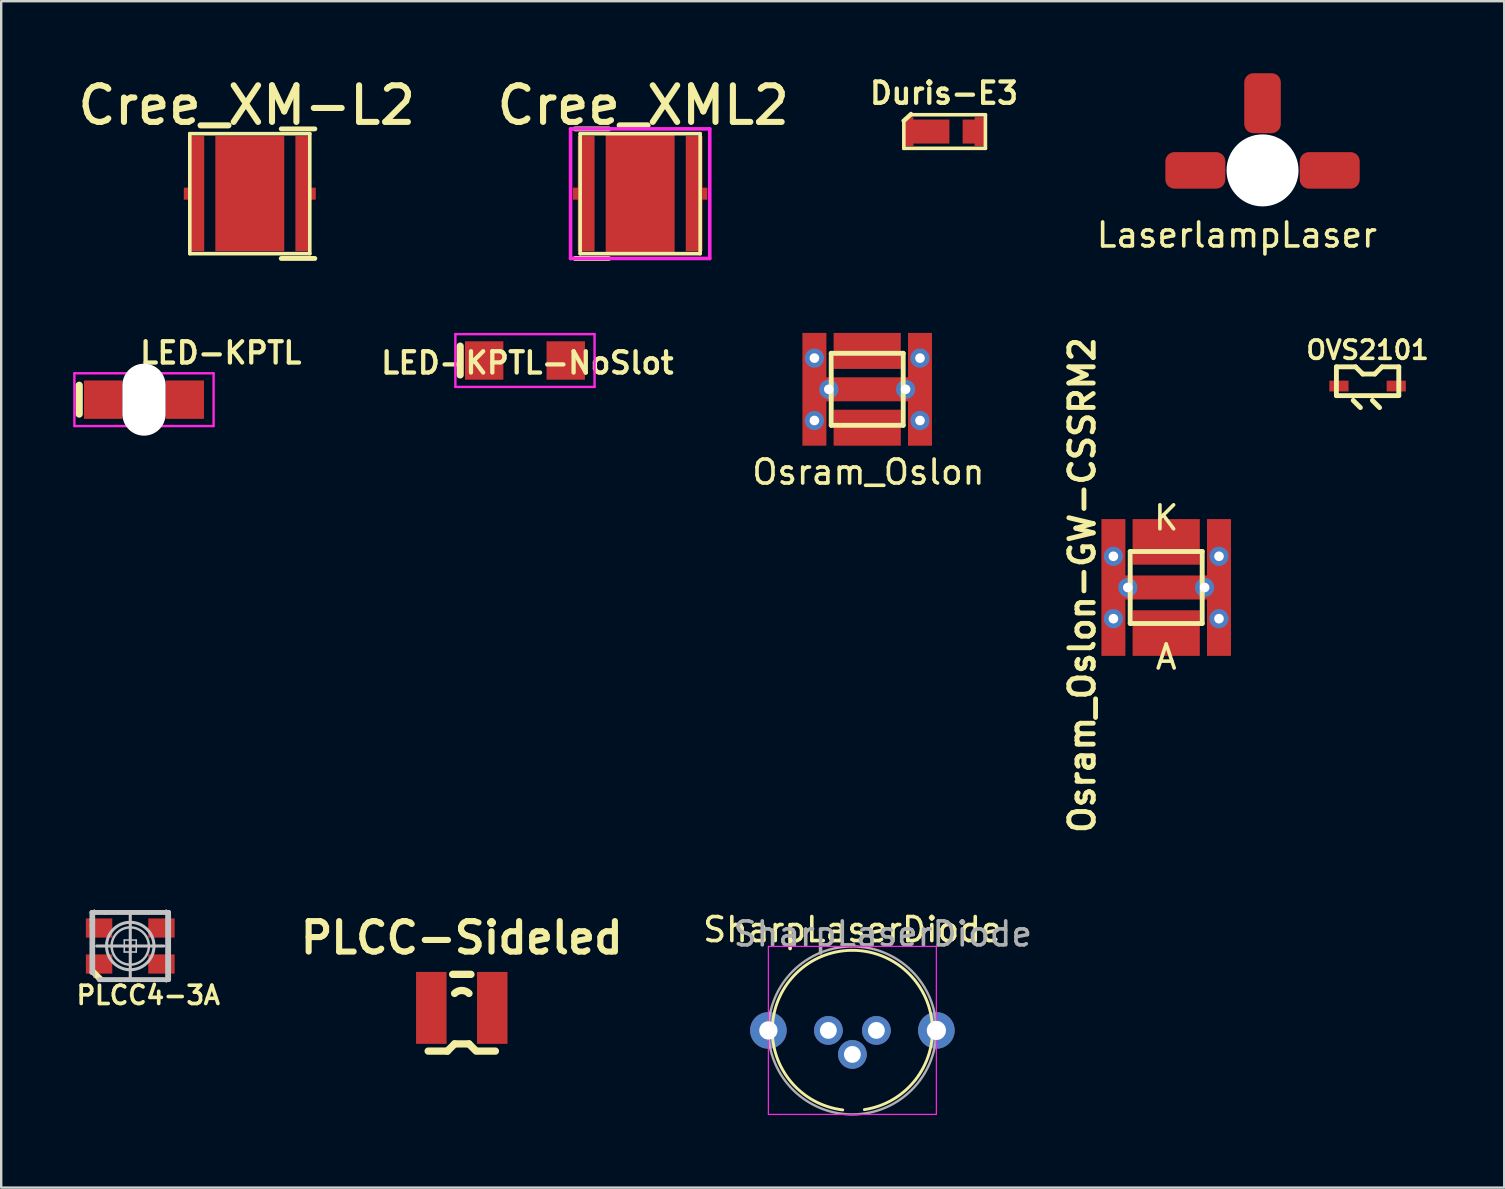
<source format=kicad_pcb>
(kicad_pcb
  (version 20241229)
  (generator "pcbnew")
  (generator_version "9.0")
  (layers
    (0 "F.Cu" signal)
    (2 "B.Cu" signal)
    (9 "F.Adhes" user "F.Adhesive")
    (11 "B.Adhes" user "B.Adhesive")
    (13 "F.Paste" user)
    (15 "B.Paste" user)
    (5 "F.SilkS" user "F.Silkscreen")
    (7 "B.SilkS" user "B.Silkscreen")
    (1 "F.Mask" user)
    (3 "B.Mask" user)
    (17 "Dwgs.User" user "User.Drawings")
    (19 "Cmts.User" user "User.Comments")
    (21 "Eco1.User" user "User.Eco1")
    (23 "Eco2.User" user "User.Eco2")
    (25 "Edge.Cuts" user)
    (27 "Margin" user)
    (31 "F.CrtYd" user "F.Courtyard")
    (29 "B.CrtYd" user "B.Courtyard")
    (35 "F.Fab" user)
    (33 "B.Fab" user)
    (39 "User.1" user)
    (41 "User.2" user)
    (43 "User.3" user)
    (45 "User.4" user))
  (footprint "LED-KPTL"
    (layer "F.Cu")
    (at 2.95 13.604)
    (property "Reference" "LED-KPTL" (at 3.2 -1.95 180) (layer "F.SilkS") (effects (font (size 0.889 0.889) (thickness 0.178))))
    (attr smd)
    (fp_line (start -2.7 -0.6) (end -2.7 0.6) (stroke (width 0.3) (type solid)) (layer "F.SilkS"))
    (fp_line (start -2.9 -1.1) (end -2.9 1.1) (stroke (width 0.1) (type solid)) (layer "F.CrtYd"))
    (fp_line (start -2.9 1.1) (end 2.9 1.1) (stroke (width 0.1) (type solid)) (layer "F.CrtYd"))
    (fp_line (start 2.9 -1.1) (end -2.9 -1.1) (stroke (width 0.1) (type solid)) (layer "F.CrtYd"))
    (fp_line (start 2.9 1.1) (end 2.9 -1.1) (stroke (width 0.1) (type solid)) (layer "F.CrtYd"))
    (pad "" np_thru_hole oval (at 0 0) (size 1.8 3) (drill oval 1.8 3) (layers "*.Cu" "*.Mask"))
    (pad "1" smd rect (at -1.7 0) (size 1.6 1.6) (layers "F.Cu" "F.Mask" "F.Paste"))
    (pad "2" smd rect (at 1.7 0) (size 1.6 1.6) (layers "F.Cu" "F.Mask" "F.Paste")))
  (footprint "LaserlampLaser"
    (layer "F.Cu")
    (at 49.559 4.05)
    (property "Reference" "LaserlampLaser" (at -1.067 2.693 0) (layer "F.SilkS") (effects (font (size 1 1) (thickness 0.15))))
    (attr through_hole)
    (pad "" np_thru_hole circle (at 0 0) (size 3 3) (drill 3) (layers "*.Cu" "*.Mask"))
    (pad "1" smd roundrect (at -2.8 0) (size 2.5 1.524) (layers "F.Cu" "F.Mask") (roundrect_rratio 0.25))
    (pad "2" smd roundrect (at 0 -2.8) (size 1.524 2.5) (layers "F.Cu" "F.Mask") (roundrect_rratio 0.25))
    (pad "3" smd roundrect (at 2.8 0) (size 2.5 1.524) (layers "F.Cu" "F.Mask") (roundrect_rratio 0.25)))
  (footprint "Duris-E3"
    (layer "F.Cu")
    (at 36.287 2.432)
    (property "Reference" "Duris-E3" (at 0 -1.6 0) (layer "F.SilkS") (effects (font (size 0.889 0.889) (thickness 0.178))))
    (attr smd)
    (fp_line (start -1.7 -0.45) (end -1.375 -0.75) (stroke (width 0.15) (type solid)) (layer "F.SilkS"))
    (fp_line (start -1.675 -0.45) (end -1.675 0.7) (stroke (width 0.15) (type solid)) (layer "F.SilkS"))
    (fp_line (start -1.675 -0.425) (end -1.375 -0.7) (stroke (width 0.15) (type solid)) (layer "F.SilkS"))
    (fp_line (start -1.675 0.7) (end 1.725 0.7) (stroke (width 0.15) (type solid)) (layer "F.SilkS"))
    (fp_line (start 1.725 -0.7) (end -1.4 -0.7) (stroke (width 0.15) (type solid)) (layer "F.SilkS"))
    (fp_line (start 1.725 0.7) (end 1.725 -0.7) (stroke (width 0.15) (type solid)) (layer "F.SilkS"))
    (pad "" smd oval (at -1.42 0) (size 0.3 0.85) (layers "F.Mask" "F.Paste"))
    (pad "" smd oval (at -0.98 0) (size 0.3 0.85) (layers "F.Mask" "F.Paste"))
    (pad "" smd oval (at -0.54 0) (size 0.3 0.85) (layers "F.Mask" "F.Paste"))
    (pad "" smd oval (at -0.1 0) (size 0.3 0.85) (layers "F.Mask" "F.Paste"))
    (pad "" smd oval (at 1.02 0) (size 0.3 0.85) (layers "F.Mask" "F.Paste"))
    (pad "" smd oval (at 1.46 0) (size 0.3 0.85) (layers "F.Mask" "F.Paste"))
    (pad "A" smd rect (at 1.225 0) (size 0.9 1) (layers "F.Cu" "F.Mask"))
    (pad "A" smd rect (at 1.475 0) (size 0.4 1.2) (layers "F.Cu" "F.Mask"))
    (pad "K" smd rect (at -1.475 0) (size 0.4 1.2) (layers "F.Cu" "F.Mask"))
    (pad "K" smd rect (at -0.725 0) (size 1.9 1) (layers "F.Cu" "F.Mask")))
  (footprint "PLCC-Sideled"
    (layer "F.Cu")
    (at 16.192 38.948)
    (property "Reference" "PLCC-Sideled" (at 0 -2.921 0) (layer "F.SilkS") (effects (font (size 1.27 1.27) (thickness 0.254))))
    (attr smd)
    (fp_line (start -0.599 1.801) (end -1.4 1.801) (stroke (width 0.305) (type solid)) (layer "F.SilkS"))
    (fp_line (start -0.381 -1.397) (end 0.381 -1.397) (stroke (width 0.305) (type solid)) (layer "F.SilkS"))
    (fp_line (start -0.3 1.501) (end -0.599 1.801) (stroke (width 0.305) (type solid)) (layer "F.SilkS"))
    (fp_line (start -0.3 1.501) (end 0.3 1.501) (stroke (width 0.305) (type solid)) (layer "F.SilkS"))
    (fp_line (start 0.3 1.501) (end 0.599 1.801) (stroke (width 0.305) (type solid)) (layer "F.SilkS"))
    (fp_line (start 0.699 1.801) (end 1.4 1.801) (stroke (width 0.305) (type solid)) (layer "F.SilkS"))
    (fp_arc (start -0.29972 -0.60198) (mid 0 -0.726128) (end 0.29972 -0.60198) (stroke (width 0.3048) (type solid)) (layer "F.SilkS"))
    (pad "A" smd rect (at 1.27 0) (size 1.27 2.997) (layers "F.Cu" "F.Mask" "F.Paste"))
    (pad "K" smd rect (at -1.27 0) (size 1.27 2.997) (layers "F.Cu" "F.Mask" "F.Paste")))
  (footprint "OVS2101"
    (layer "F.Cu")
    (at 53.937 13.036)
    (property "Reference" "OVS2101" (at 0 -1.501 0) (layer "F.SilkS") (effects (font (size 0.762 0.762) (thickness 0.152))))
    (attr through_hole)
    (fp_line (start -1.3 -0.8) (end -1.3 0.399) (stroke (width 0.203) (type solid)) (layer "F.SilkS"))
    (fp_line (start -1.3 0.399) (end 1.3 0.399) (stroke (width 0.203) (type solid)) (layer "F.SilkS"))
    (fp_line (start -0.599 0.599) (end -0.3 0.899) (stroke (width 0.203) (type solid)) (layer "F.SilkS"))
    (fp_line (start -0.5 -0.8) (end -1.3 -0.8) (stroke (width 0.203) (type solid)) (layer "F.SilkS"))
    (fp_line (start -0.201 -0.5) (end -0.5 -0.8) (stroke (width 0.203) (type solid)) (layer "F.SilkS"))
    (fp_line (start 0.201 0.599) (end 0.5 0.899) (stroke (width 0.203) (type solid)) (layer "F.SilkS"))
    (fp_line (start 0.3 -0.5) (end -0.201 -0.5) (stroke (width 0.203) (type solid)) (layer "F.SilkS"))
    (fp_line (start 0.599 -0.8) (end 0.3 -0.5) (stroke (width 0.203) (type solid)) (layer "F.SilkS"))
    (fp_line (start 1.3 -0.8) (end 0.599 -0.8) (stroke (width 0.203) (type solid)) (layer "F.SilkS"))
    (fp_line (start 1.3 -0.8) (end 1.3 0.399) (stroke (width 0.203) (type solid)) (layer "F.SilkS"))
    (pad "A" smd rect (at 1.194 0) (size 0.8 0.45) (layers "F.Cu" "F.Mask" "F.Paste"))
    (pad "K" smd rect (at -1.194 0) (size 0.8 0.45) (layers "F.Cu" "F.Mask" "F.Paste")))
  (footprint "Cree_XML2"
    (layer "F.Cu")
    (at 23.625 5.02)
    (property "Reference" "Cree_XML2" (at 0.127 -3.683 0) (layer "F.SilkS") (effects (font (size 1.524 1.524) (thickness 0.254))))
    (attr smd)
    (fp_line (start -2.5 -2.5) (end -2.5 2.5) (stroke (width 0.15) (type solid)) (layer "F.SilkS"))
    (fp_line (start -2.5 2.5) (end 2.5 2.5) (stroke (width 0.15) (type solid)) (layer "F.SilkS"))
    (fp_line (start -1.31 -2.7) (end -2.71 -2.7) (stroke (width 0.203) (type solid)) (layer "F.SilkS"))
    (fp_line (start -1.31 2.7) (end -2.71 2.7) (stroke (width 0.203) (type solid)) (layer "F.SilkS"))
    (fp_line (start 2.5 -2.5) (end -2.5 -2.5) (stroke (width 0.15) (type solid)) (layer "F.SilkS"))
    (fp_line (start 2.5 2.5) (end 2.5 -2.5) (stroke (width 0.15) (type solid)) (layer "F.SilkS"))
    (fp_line (start -2.9 -2.7) (end 2.9 -2.7) (stroke (width 0.15) (type solid)) (layer "F.CrtYd"))
    (fp_line (start -2.9 2.7) (end -2.9 -2.7) (stroke (width 0.15) (type solid)) (layer "F.CrtYd"))
    (fp_line (start 2.9 -2.7) (end 2.9 2.7) (stroke (width 0.15) (type solid)) (layer "F.CrtYd"))
    (fp_line (start 2.9 2.7) (end -2.9 2.7) (stroke (width 0.15) (type solid)) (layer "F.CrtYd"))
    (pad "1" smd rect (at -2.55 0) (size 0.5 0.5) (layers "F.Cu" "F.Mask" "F.Paste"))
    (pad "1" smd rect (at -2.25 0) (size 0.7 4.8) (layers "F.Cu" "F.Mask" "F.Paste"))
    (pad "2" smd rect (at 2.25 0) (size 0.7 4.8) (layers "F.Cu" "F.Mask" "F.Paste"))
    (pad "2" smd rect (at 2.55 0) (size 0.5 0.5) (layers "F.Cu" "F.Mask" "F.Paste"))
    (pad "EP" smd rect (at 0 0) (size 2.872 4.9) (layers "F.Cu" "F.Mask" "F.Paste")))
  (footprint "Osram_Oslon"
    (layer "F.Cu")
    (at 33.086 13.172)
    (property "Reference" "Osram_Oslon" (at 0.05 3.45 0) (layer "F.SilkS") (effects (font (size 1 1) (thickness 0.15))))
    (attr through_hole)
    (fp_line (start -1.5 -1.5) (end 1.5 -1.5) (stroke (width 0.203) (type solid)) (layer "F.SilkS"))
    (fp_line (start -1.5 1.5) (end -1.5 -1.5) (stroke (width 0.203) (type solid)) (layer "F.SilkS"))
    (fp_line (start 1.5 -1.5) (end 1.5 1.5) (stroke (width 0.203) (type solid)) (layer "F.SilkS"))
    (fp_line (start 1.5 1.5) (end -1.5 1.5) (stroke (width 0.203) (type solid)) (layer "F.SilkS"))
    (pad "" smd oval (at 0 -1.15) (size 2.8 0.55) (layers "F.Mask" "F.Paste"))
    (pad "" smd oval (at 0 0) (size 2.8 1) (layers "F.Mask" "F.Paste"))
    (pad "" smd oval (at 0 1.15) (size 2.8 0.55) (layers "F.Mask" "F.Paste"))
    (pad "1" smd rect (at 0 -1.6) (size 2.8 1.5) (layers "F.Cu"))
    (pad "2" smd rect (at 0 1.6) (size 2.8 1.5) (layers "F.Cu"))
    (pad "3" thru_hole circle (at -2.2 -1.3) (size 0.8 0.8) (drill 0.4) (layers "*.Cu"))
    (pad "3" smd rect (at -2.2 0) (size 1 4.7) (layers "F.Cu"))
    (pad "3" thru_hole circle (at -2.2 1.3) (size 0.8 0.8) (drill 0.4) (layers "*.Cu"))
    (pad "3" thru_hole circle (at -1.6 0) (size 0.8 0.8) (drill 0.4) (layers "*.Cu"))
    (pad "3" smd rect (at 0 0) (size 4.7 1) (layers "F.Cu"))
    (pad "3" thru_hole circle (at 1.6 0) (size 0.8 0.8) (drill 0.4) (layers "*.Cu"))
    (pad "3" thru_hole circle (at 2.2 -1.3) (size 0.8 0.8) (drill 0.4) (layers "*.Cu"))
    (pad "3" smd rect (at 2.2 0) (size 1 4.7) (layers "F.Cu"))
    (pad "3" thru_hole circle (at 2.2 1.3) (size 0.8 0.8) (drill 0.4) (layers "*.Cu")))
  (footprint "Cree_XM-L2"
    (layer "F.Cu")
    (at 7.359 5.02)
    (property "Reference" "Cree_XM-L2" (at -0.127 -3.683 0) (layer "F.SilkS") (effects (font (size 1.524 1.524) (thickness 0.254))))
    (attr through_hole)
    (fp_line (start -2.5 -2.5) (end 2.5 -2.5) (stroke (width 0.15) (type solid)) (layer "F.SilkS"))
    (fp_line (start -2.5 2.5) (end -2.5 -2.5) (stroke (width 0.15) (type solid)) (layer "F.SilkS"))
    (fp_line (start 1.31 -2.7) (end 2.71 -2.7) (stroke (width 0.203) (type solid)) (layer "F.SilkS"))
    (fp_line (start 1.31 2.7) (end 2.71 2.7) (stroke (width 0.203) (type solid)) (layer "F.SilkS"))
    (fp_line (start 2.5 -2.5) (end 2.5 2.5) (stroke (width 0.15) (type solid)) (layer "F.SilkS"))
    (fp_line (start 2.5 2.5) (end -2.5 2.5) (stroke (width 0.15) (type solid)) (layer "F.SilkS"))
    (pad "1" smd rect (at 0 0) (size 2.872 4.8) (layers "F.Cu" "F.Mask" "F.Paste"))
    (pad "A" smd rect (at -2.5 0) (size 0.5 0.5) (layers "F.Cu" "F.Mask" "F.Paste"))
    (pad "A" smd rect (at -2.2 0) (size 0.6 4.8) (layers "F.Cu" "F.Mask" "F.Paste"))
    (pad "K" smd rect (at 2.2 0) (size 0.6 4.8) (layers "F.Cu" "F.Mask" "F.Paste"))
    (pad "K" smd rect (at 2.5 0) (size 0.5 0.5) (layers "F.Cu" "F.Mask" "F.Paste")))
  (footprint "SharpLaserDiode"
    (layer "F.Cu")
    (at 32.468 39.887)
    (property "Reference" "SharpLaserDiode" (at 0 -4.2 0) (layer "F.SilkS") (effects (font (size 1 1) (thickness 0.15))))
    (attr through_hole)
    (fp_arc (start -0.401625 3.313412) (mid -0.049643 -3.337295) (end 0.5 3.3) (stroke (width 0.12) (type solid)) (layer "F.SilkS"))
    (fp_line (start -3.5 -3.5) (end -3.5 3.5) (stroke (width 0.05) (type solid)) (layer "F.CrtYd"))
    (fp_line (start -3.5 3.5) (end 3.5 3.5) (stroke (width 0.05) (type solid)) (layer "F.CrtYd"))
    (fp_line (start 3.5 -3.5) (end -3.5 -3.5) (stroke (width 0.05) (type solid)) (layer "F.CrtYd"))
    (fp_line (start 3.5 3.5) (end 3.5 -3.5) (stroke (width 0.05) (type solid)) (layer "F.CrtYd"))
    (fp_circle (center 0 0) (end 3.5 0) (stroke (width 0.1) (type solid)) (fill no) (layer "F.Fab"))
    (fp_text user "${REFERENCE}" (at 1.27 -4.02 0) (layer "F.Fab") (effects (font (size 1 1) (thickness 0.15))))
    (pad "1" thru_hole circle (at -3.5 0) (size 1.524 1.524) (drill 0.762) (layers "*.Cu" "*.Mask"))
    (pad "1" thru_hole circle (at -1 0) (size 1.2 1.2) (drill 0.7) (layers "*.Cu" "*.Mask"))
    (pad "2" thru_hole oval (at 0 1) (size 1.2 1.2) (drill 0.7) (layers "*.Cu" "*.Mask"))
    (pad "2" thru_hole circle (at 3.5 0) (size 1.524 1.524) (drill 0.8) (layers "*.Cu" "*.Mask"))
    (pad "3" thru_hole oval (at 1 0) (size 1.2 1.2) (drill 0.7) (layers "*.Cu" "*.Mask")))
  (footprint "PLCC4-3A"
    (layer "F.Cu")
    (at 2.378 36.37)
    (property "Reference" "PLCC4-3A" (at 0.75 2.05 180) (layer "F.SilkS") (effects (font (size 0.762 0.762) (thickness 0.152))))
    (attr smd)
    (fp_line (start -1.6 -1.4) (end -1.6 1.1) (stroke (width 0.152) (type solid)) (layer "F.SilkS"))
    (fp_line (start -1.6 1.1) (end -1.3 1.4) (stroke (width 0.15) (type solid)) (layer "F.SilkS"))
    (fp_line (start -1.55 1) (end -1.15 1.4) (stroke (width 0.15) (type solid)) (layer "F.SilkS"))
    (fp_line (start -1.3 1.4) (end 1.6 1.4) (stroke (width 0.152) (type solid)) (layer "F.SilkS"))
    (fp_line (start 1.6 -1.4) (end -1.6 -1.4) (stroke (width 0.152) (type solid)) (layer "F.SilkS"))
    (fp_line (start 1.6 1.4) (end 1.6 -1.4) (stroke (width 0.152) (type solid)) (layer "F.SilkS"))
    (fp_line (start -1.598 -1.4) (end -1.598 -1.1) (stroke (width 0.203) (type solid)) (layer "Dwgs.User"))
    (fp_line (start -1.598 -1.1) (end -1.598 -0.848) (stroke (width 0.203) (type solid)) (layer "Dwgs.User"))
    (fp_line (start -1.598 -0.848) (end -1.598 1.1) (stroke (width 0.203) (type solid)) (layer "Dwgs.User"))
    (fp_line (start -1.598 1.1) (end -1.598 1.1) (stroke (width 0.203) (type solid)) (layer "Dwgs.User"))
    (fp_line (start -1.499 -1.499) (end -1.499 1.2) (stroke (width 0.066) (type solid)) (layer "Dwgs.User"))
    (fp_line (start -1.499 -1.298) (end -1.499 1.298) (stroke (width 0.066) (type solid)) (layer "Dwgs.User"))
    (fp_line (start -1.4 0) (end 1.4 0) (stroke (width 0.127) (type solid)) (layer "Dwgs.User"))
    (fp_line (start -1.3 1.4) (end 1.598 1.4) (stroke (width 0.203) (type solid)) (layer "Dwgs.User"))
    (fp_line (start -1.049 -1.4) (end -1.598 -1.4) (stroke (width 0.203) (type solid)) (layer "Dwgs.User"))
    (fp_line (start -0.249 -0.249) (end -0.249 0.249) (stroke (width 0.066) (type solid)) (layer "Dwgs.User"))
    (fp_line (start -0.249 -0.249) (end 0.249 -0.249) (stroke (width 0.066) (type solid)) (layer "Dwgs.User"))
    (fp_line (start -0.249 0.249) (end 0.249 0.249) (stroke (width 0.066) (type solid)) (layer "Dwgs.User"))
    (fp_line (start 0 -1.4) (end 0 1.4) (stroke (width 0.127) (type solid)) (layer "Dwgs.User"))
    (fp_line (start 0.249 -0.249) (end 0.249 0.249) (stroke (width 0.066) (type solid)) (layer "Dwgs.User"))
    (fp_line (start 1.499 -1.499) (end 1.499 1.499) (stroke (width 0.066) (type solid)) (layer "Dwgs.User"))
    (fp_line (start 1.499 -1.298) (end 1.499 1.298) (stroke (width 0.066) (type solid)) (layer "Dwgs.User"))
    (fp_line (start 1.598 -1.4) (end -1.049 -1.4) (stroke (width 0.203) (type solid)) (layer "Dwgs.User"))
    (fp_line (start 1.598 1.4) (end 1.598 -1.4) (stroke (width 0.203) (type solid)) (layer "Dwgs.User"))
    (fp_circle (center 0 0) (end -0.699 -0.699) (stroke (width 0.127) (type solid)) (fill no) (layer "Dwgs.User"))
    (fp_circle (center 0 0) (end -0.549 -0.549) (stroke (width 0.102) (type solid)) (fill no) (layer "Dwgs.User"))
    (pad "A" smd rect (at -1.3 -0.75 270) (size 0.8 1.1) (layers "F.Cu" "F.Mask" "F.Paste"))
    (pad "A" smd rect (at 1.3 -0.75 270) (size 0.8 1.1) (layers "F.Cu" "F.Mask" "F.Paste"))
    (pad "A" smd rect (at 1.3 0.75 270) (size 0.8 1.1) (layers "F.Cu" "F.Mask" "F.Paste"))
    (pad "K" smd rect (at -1.3 0.75 270) (size 0.8 1.1) (layers "F.Cu" "F.Mask" "F.Paste")))
  (footprint "Osram_Oslon-GW-CSSRM2"
    (layer "F.Cu")
    (at 45.545 21.43)
    (property "Reference" "Osram_Oslon-GW-CSSRM2" (at -3.5 -0.1 270) (layer "F.SilkS") (effects (font (size 1.016 1.016) (thickness 0.203))))
    (attr smd)
    (fp_line (start -1.5 -1.5) (end 1.5 -1.5) (stroke (width 0.203) (type solid)) (layer "F.SilkS"))
    (fp_line (start -1.5 1.5) (end -1.5 -1.5) (stroke (width 0.203) (type solid)) (layer "F.SilkS"))
    (fp_line (start 1.5 -1.5) (end 1.5 1.5) (stroke (width 0.203) (type solid)) (layer "F.SilkS"))
    (fp_line (start 1.5 1.5) (end -1.5 1.5) (stroke (width 0.203) (type solid)) (layer "F.SilkS"))
    (fp_text user "K" (at 0 -2.9 0) (layer "F.SilkS") (effects (font (size 1 1) (thickness 0.15))))
    (fp_text user "A" (at 0 2.9 0) (layer "F.SilkS") (effects (font (size 1 1) (thickness 0.15))))
    (pad "" smd roundrect (at -0.75 0) (size 1.15 1) (layers "F.Paste") (roundrect_rratio 0.25))
    (pad "" smd rect (at 0 -1.25) (size 2.8 0.6) (layers "F.Mask"))
    (pad "" smd roundrect (at 0 -1.15) (size 2.8 0.4) (layers "F.Paste") (roundrect_rratio 0.25))
    (pad "" smd rect (at 0 0) (size 2.8 1) (layers "F.Mask"))
    (pad "" smd roundrect (at 0 1.15) (size 2.8 0.4) (layers "F.Paste") (roundrect_rratio 0.25))
    (pad "" smd rect (at 0 1.25) (size 2.8 0.6) (layers "F.Mask"))
    (pad "" smd roundrect (at 0.75 0) (size 1.15 1) (layers "F.Paste") (roundrect_rratio 0.25))
    (pad "1" smd rect (at 0 -1.9) (size 2.8 1.9) (layers "F.Cu"))
    (pad "2" smd rect (at 0 1.9) (size 2.8 1.9) (layers "F.Cu"))
    (pad "EP" thru_hole circle (at -2.2 -1.3) (size 0.8 0.8) (drill 0.4) (layers "*.Cu"))
    (pad "EP" smd rect (at -2.2 0) (size 1 5.7) (layers "F.Cu"))
    (pad "EP" thru_hole circle (at -2.2 1.3) (size 0.8 0.8) (drill 0.4) (layers "*.Cu"))
    (pad "EP" thru_hole circle (at -1.6 0) (size 0.8 0.8) (drill 0.4) (layers "*.Cu"))
    (pad "EP" smd rect (at 0 0) (size 4.7 1) (layers "F.Cu"))
    (pad "EP" thru_hole circle (at 1.6 0) (size 0.8 0.8) (drill 0.4) (layers "*.Cu"))
    (pad "EP" thru_hole circle (at 2.2 -1.3) (size 0.8 0.8) (drill 0.4) (layers "*.Cu"))
    (pad "EP" smd rect (at 2.2 0) (size 1 5.7) (layers "F.Cu"))
    (pad "EP" thru_hole circle (at 2.2 1.3) (size 0.8 0.8) (drill 0.4) (layers "*.Cu")))
  (footprint "LED-KPTL-NoSlot"
    (layer "F.Cu")
    (at 18.825 11.972)
    (property "Reference" "LED-KPTL-NoSlot" (at 0.1 0.1 0) (layer "F.SilkS") (effects (font (size 0.889 0.889) (thickness 0.178))))
    (attr smd)
    (fp_line (start -2.7 -0.6) (end -2.7 0.6) (stroke (width 0.3) (type solid)) (layer "F.SilkS"))
    (fp_line (start -2.9 -1.1) (end -2.9 1.1) (stroke (width 0.1) (type solid)) (layer "F.CrtYd"))
    (fp_line (start -2.9 1.1) (end 2.9 1.1) (stroke (width 0.1) (type solid)) (layer "F.CrtYd"))
    (fp_line (start 2.9 -1.1) (end -2.9 -1.1) (stroke (width 0.1) (type solid)) (layer "F.CrtYd"))
    (fp_line (start 2.9 1.1) (end 2.9 -1.1) (stroke (width 0.1) (type solid)) (layer "F.CrtYd"))
    (pad "1" smd rect (at -1.7 0) (size 1.6 1.6) (layers "F.Cu" "F.Mask" "F.Paste"))
    (pad "2" smd rect (at 1.7 0) (size 1.6 1.6) (layers "F.Cu" "F.Mask" "F.Paste")))
  (gr_rect
    (start -3 -3)
    (end 59.63 46.437)
    (stroke (width 0.1) (type default))
    (fill no)
    (layer "Edge.Cuts")))
</source>
